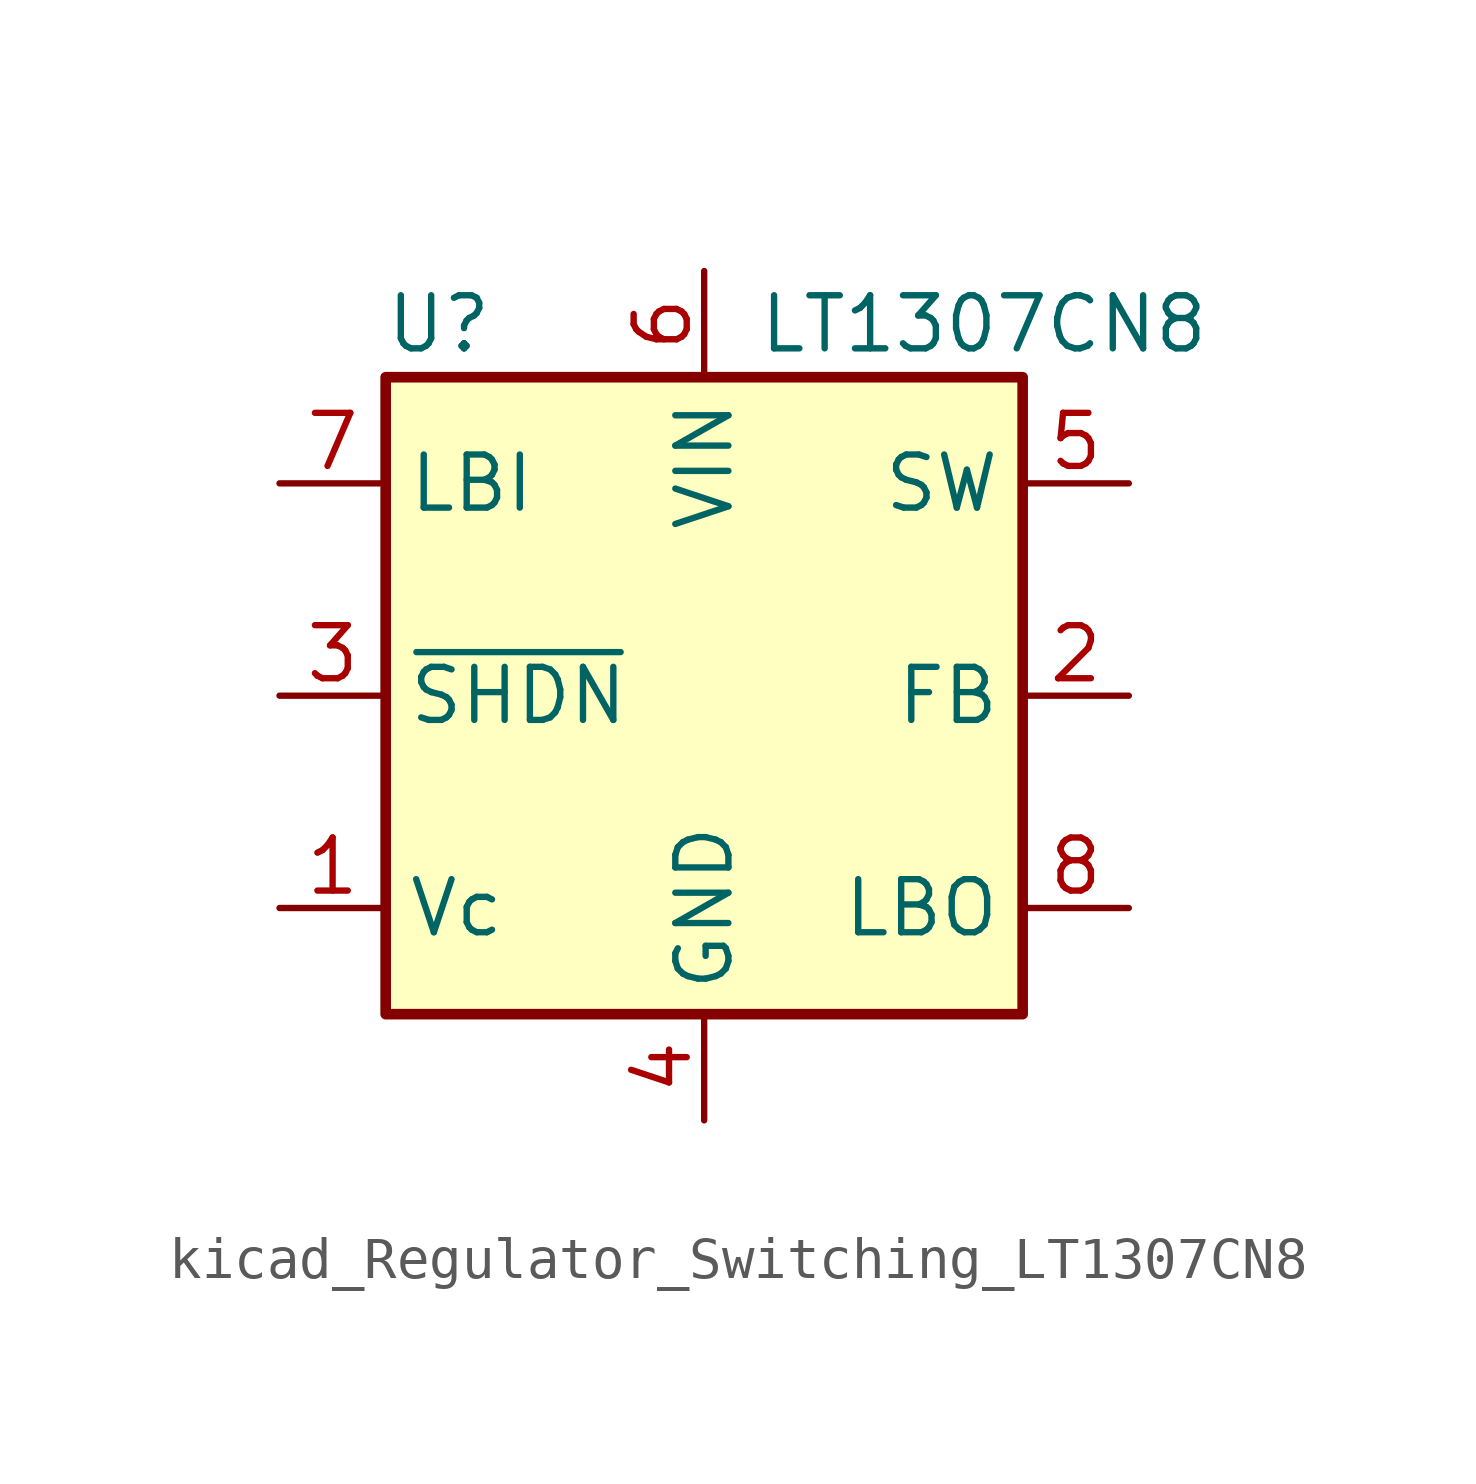
<source format=kicad_sym>
(kicad_symbol_lib
  (version 20220914)
  (generator kicad_symbol_editor)
  (symbol "kicad_Regulator_Switching_LT1307CN8"
    (property "Reference" "U"
      (at -6.35 8.89 0)
      (effects (font (size 1.27 1.27))))
    (property "Value" "LT1307CN8"
      (at 1.27 8.89 0)
      (effects (font (size 1.27 1.27)) (justify left)))
    (symbol "kicad_Regulator_Switching_LT1307CN8_0_1"
      (rectangle (start -7.62 -7.62) (end 7.62 7.62) (stroke (width 0.254) (type default)) (fill (type background))))
    (symbol "kicad_Regulator_Switching_LT1307CN8_1_1"
      (pin input line (at -10.16 -5.08 0) (length 2.54) (name "Vc" (effects (font (size 1.27 1.27)))) (number "1" (effects (font (size 1.27 1.27)))))
      (pin input line (at 10.16 0 180) (length 2.54) (name "FB" (effects (font (size 1.27 1.27)))) (number "2" (effects (font (size 1.27 1.27)))))
      (pin input line (at -10.16 0 0) (length 2.54) (name "~{SHDN}" (effects (font (size 1.27 1.27)))) (number "3" (effects (font (size 1.27 1.27)))))
      (pin power_in line (at 0 -10.16 90) (length 2.54) (name "GND" (effects (font (size 1.27 1.27)))) (number "4" (effects (font (size 1.27 1.27)))))
      (pin open_collector line (at 10.16 5.08 180) (length 2.54) (name "SW" (effects (font (size 1.27 1.27)))) (number "5" (effects (font (size 1.27 1.27)))))
      (pin power_in line (at 0 10.16 270) (length 2.54) (name "VIN" (effects (font (size 1.27 1.27)))) (number "6" (effects (font (size 1.27 1.27)))))
      (pin input line (at -10.16 5.08 0) (length 2.54) (name "LBI" (effects (font (size 1.27 1.27)))) (number "7" (effects (font (size 1.27 1.27)))))
      (pin output line (at 10.16 -5.08 180) (length 2.54) (name "LBO" (effects (font (size 1.27 1.27)))) (number "8" (effects (font (size 1.27 1.27))))))))
</source>
